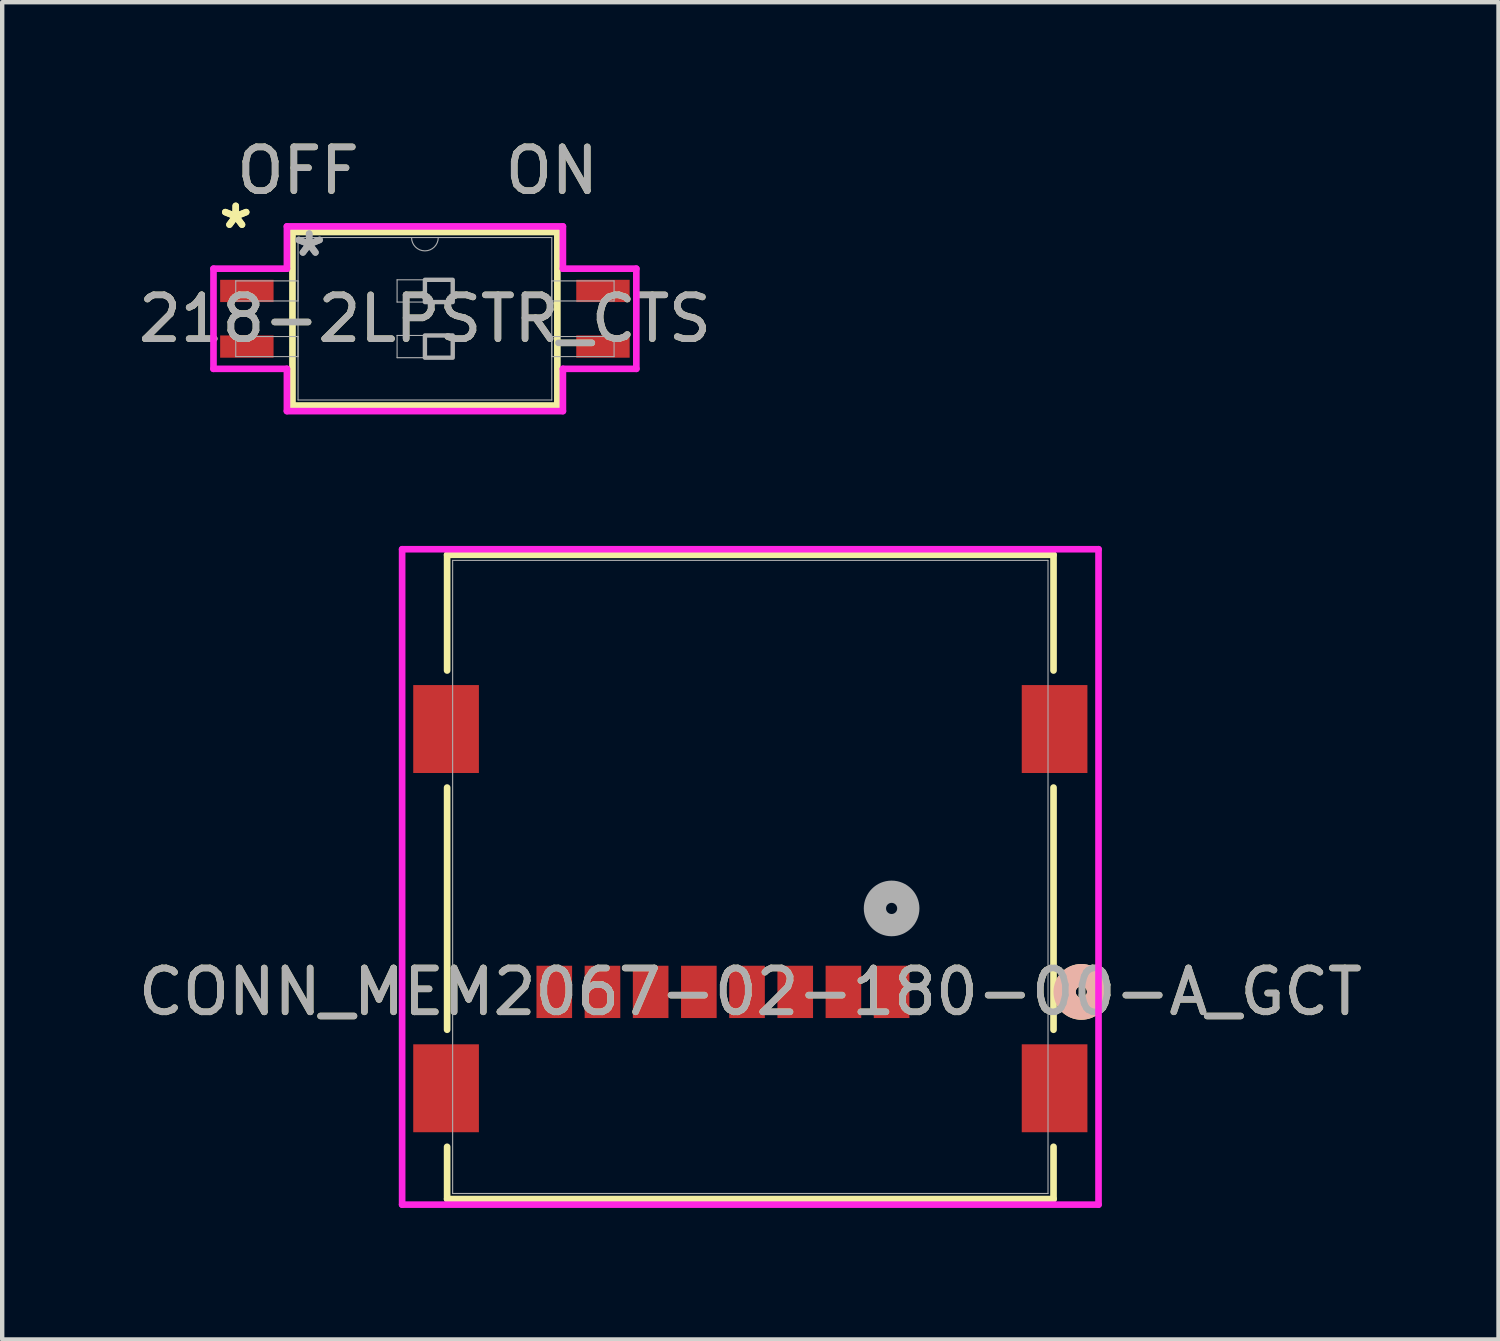
<source format=kicad_pcb>
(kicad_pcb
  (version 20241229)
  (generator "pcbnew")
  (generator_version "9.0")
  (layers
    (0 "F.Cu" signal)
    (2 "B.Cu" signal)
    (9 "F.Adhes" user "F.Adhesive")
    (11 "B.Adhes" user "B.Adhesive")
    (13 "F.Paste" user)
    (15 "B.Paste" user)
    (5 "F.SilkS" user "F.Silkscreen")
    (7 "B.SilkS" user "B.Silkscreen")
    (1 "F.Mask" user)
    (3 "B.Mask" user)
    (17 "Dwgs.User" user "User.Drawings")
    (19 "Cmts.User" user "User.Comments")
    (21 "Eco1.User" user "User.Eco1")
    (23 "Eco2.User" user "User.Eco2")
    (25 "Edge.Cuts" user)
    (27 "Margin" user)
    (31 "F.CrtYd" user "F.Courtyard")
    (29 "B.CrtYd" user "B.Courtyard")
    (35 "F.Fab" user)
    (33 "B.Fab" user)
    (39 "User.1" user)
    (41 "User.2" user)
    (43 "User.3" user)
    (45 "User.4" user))
  (footprint "218-2LPSTR_CTS"
    (layer "F.Cu")
    (at 6.649 4.226)
    (property "Reference" "218-2LPSTR_CTS" (at 0 0 0) (unlocked yes) (layer "F.SilkS") (effects (font (size 1 1) (thickness 0.15))))
    (attr smd)
    (fp_line (start -3.023 -1.981) (end -3.023 1.981) (stroke (width 0.152) (type solid)) (layer "F.SilkS"))
    (fp_line (start -3.023 1.981) (end 3.023 1.981) (stroke (width 0.152) (type solid)) (layer "F.SilkS"))
    (fp_line (start 3.023 -1.981) (end -3.023 -1.981) (stroke (width 0.152) (type solid)) (layer "F.SilkS"))
    (fp_line (start 3.023 1.981) (end 3.023 -1.981) (stroke (width 0.152) (type solid)) (layer "F.SilkS"))
    (fp_line (start -4.826 -1.143) (end -3.15 -1.143) (stroke (width 0.152) (type solid)) (layer "F.CrtYd"))
    (fp_line (start -4.826 1.143) (end -4.826 -1.143) (stroke (width 0.152) (type solid)) (layer "F.CrtYd"))
    (fp_line (start -3.15 -2.108) (end 3.15 -2.108) (stroke (width 0.152) (type solid)) (layer "F.CrtYd"))
    (fp_line (start -3.15 -1.143) (end -3.15 -2.108) (stroke (width 0.152) (type solid)) (layer "F.CrtYd"))
    (fp_line (start -3.15 1.143) (end -4.826 1.143) (stroke (width 0.152) (type solid)) (layer "F.CrtYd"))
    (fp_line (start -3.15 2.108) (end -3.15 1.143) (stroke (width 0.152) (type solid)) (layer "F.CrtYd"))
    (fp_line (start 3.15 -2.108) (end 3.15 -1.143) (stroke (width 0.152) (type solid)) (layer "F.CrtYd"))
    (fp_line (start 3.15 -1.143) (end 4.826 -1.143) (stroke (width 0.152) (type solid)) (layer "F.CrtYd"))
    (fp_line (start 3.15 1.143) (end 3.15 2.108) (stroke (width 0.152) (type solid)) (layer "F.CrtYd"))
    (fp_line (start 3.15 2.108) (end -3.15 2.108) (stroke (width 0.152) (type solid)) (layer "F.CrtYd"))
    (fp_line (start 4.826 -1.143) (end 4.826 1.143) (stroke (width 0.152) (type solid)) (layer "F.CrtYd"))
    (fp_line (start 4.826 1.143) (end 3.15 1.143) (stroke (width 0.152) (type solid)) (layer "F.CrtYd"))
    (fp_line (start -4.318 -0.864) (end -4.318 -0.406) (stroke (width 0.025) (type solid)) (layer "F.Fab"))
    (fp_line (start -4.318 -0.406) (end -2.896 -0.406) (stroke (width 0.025) (type solid)) (layer "F.Fab"))
    (fp_line (start -4.318 0.406) (end -4.318 0.864) (stroke (width 0.025) (type solid)) (layer "F.Fab"))
    (fp_line (start -4.318 0.864) (end -2.896 0.864) (stroke (width 0.025) (type solid)) (layer "F.Fab"))
    (fp_line (start -2.896 -1.854) (end -2.896 1.854) (stroke (width 0.025) (type solid)) (layer "F.Fab"))
    (fp_line (start -2.896 -0.864) (end -4.318 -0.864) (stroke (width 0.025) (type solid)) (layer "F.Fab"))
    (fp_line (start -2.896 -0.406) (end -2.896 -0.864) (stroke (width 0.025) (type solid)) (layer "F.Fab"))
    (fp_line (start -2.896 0.406) (end -4.318 0.406) (stroke (width 0.025) (type solid)) (layer "F.Fab"))
    (fp_line (start -2.896 0.864) (end -2.896 0.406) (stroke (width 0.025) (type solid)) (layer "F.Fab"))
    (fp_line (start -2.896 1.854) (end 2.896 1.854) (stroke (width 0.025) (type solid)) (layer "F.Fab"))
    (fp_line (start -0.635 -0.889) (end 0.635 -0.889) (stroke (width 0.025) (type solid)) (layer "F.Fab"))
    (fp_line (start -0.635 -0.381) (end -0.635 -0.889) (stroke (width 0.025) (type solid)) (layer "F.Fab"))
    (fp_line (start -0.635 0.381) (end 0.635 0.381) (stroke (width 0.025) (type solid)) (layer "F.Fab"))
    (fp_line (start -0.635 0.889) (end -0.635 0.381) (stroke (width 0.025) (type solid)) (layer "F.Fab"))
    (fp_line (start 0.635 -0.889) (end 0.635 -0.381) (stroke (width 0.025) (type solid)) (layer "F.Fab"))
    (fp_line (start 0.635 -0.381) (end -0.635 -0.381) (stroke (width 0.025) (type solid)) (layer "F.Fab"))
    (fp_line (start 0.635 0.381) (end 0.635 0.889) (stroke (width 0.025) (type solid)) (layer "F.Fab"))
    (fp_line (start 0.635 0.889) (end -0.635 0.889) (stroke (width 0.025) (type solid)) (layer "F.Fab"))
    (fp_line (start 2.896 -1.854) (end -2.896 -1.854) (stroke (width 0.025) (type solid)) (layer "F.Fab"))
    (fp_line (start 2.896 -0.864) (end 2.896 -0.406) (stroke (width 0.025) (type solid)) (layer "F.Fab"))
    (fp_line (start 2.896 -0.406) (end 4.318 -0.406) (stroke (width 0.025) (type solid)) (layer "F.Fab"))
    (fp_line (start 2.896 0.406) (end 2.896 0.864) (stroke (width 0.025) (type solid)) (layer "F.Fab"))
    (fp_line (start 2.896 0.864) (end 4.318 0.864) (stroke (width 0.025) (type solid)) (layer "F.Fab"))
    (fp_line (start 2.896 1.854) (end 2.896 -1.854) (stroke (width 0.025) (type solid)) (layer "F.Fab"))
    (fp_line (start 4.318 -0.864) (end 2.896 -0.864) (stroke (width 0.025) (type solid)) (layer "F.Fab"))
    (fp_line (start 4.318 -0.406) (end 4.318 -0.864) (stroke (width 0.025) (type solid)) (layer "F.Fab"))
    (fp_line (start 4.318 0.406) (end 2.896 0.406) (stroke (width 0.025) (type solid)) (layer "F.Fab"))
    (fp_line (start 4.318 0.864) (end 4.318 0.406) (stroke (width 0.025) (type solid)) (layer "F.Fab"))
    (fp_arc (start 0.3048 -1.8542) (mid 0 -1.5494) (end -0.3048 -1.8542) (stroke (width 0.0254) (type solid)) (layer "F.Fab"))
    (fp_poly (pts (xy 0 -0.889) (xy 0.635 -0.889) (xy 0.635 -0.381) (xy 0 -0.381)) (stroke (width 0.1) (type solid)) (fill no) (layer "F.Fab"))
    (fp_poly (pts (xy 0 0.381) (xy 0.635 0.381) (xy 0.635 0.889) (xy 0 0.889)) (stroke (width 0.1) (type solid)) (fill no) (layer "F.Fab"))
    (fp_text user "ON" (at 2.896 -3.378 0) (unlocked yes) (layer "F.SilkS") (effects (font (size 1 1) (thickness 0.15))))
    (fp_text user "OFF" (at -2.896 -3.378 0) (unlocked yes) (layer "F.SilkS") (effects (font (size 1 1) (thickness 0.15))))
    (fp_text user "*" (at -4.318 -2.032 0) (unlocked yes) (layer "F.SilkS") (effects (font (size 1 1) (thickness 0.15))))
    (fp_text user "*" (at -4.318 -2.032 0) (layer "F.SilkS") (effects (font (size 1 1) (thickness 0.15))))
    (fp_text user "OFF" (at -2.896 -3.378 0) (unlocked yes) (layer "F.Fab") (effects (font (size 1 1) (thickness 0.15))))
    (fp_text user "*" (at -2.642 -1.397 0) (layer "F.Fab") (effects (font (size 1 1) (thickness 0.15))))
    (fp_text user "*" (at -2.642 -1.397 0) (unlocked yes) (layer "F.Fab") (effects (font (size 1 1) (thickness 0.15))))
    (fp_text user "ON" (at 2.896 -3.378 0) (unlocked yes) (layer "F.Fab") (effects (font (size 1 1) (thickness 0.15))))
    (fp_text user "${REFERENCE}" (at 0 0 0) (unlocked yes) (layer "F.Fab") (effects (font (size 1 1) (thickness 0.15))))
    (pad "1" smd rect (at -4.064 -0.635) (size 1.219 0.508) (layers "F.Cu" "F.Mask" "F.Paste"))
    (pad "2" smd rect (at -4.064 0.635) (size 1.219 0.508) (layers "F.Cu" "F.Mask" "F.Paste"))
    (pad "3" smd rect (at 4.064 0.635) (size 1.219 0.508) (layers "F.Cu" "F.Mask" "F.Paste"))
    (pad "4" smd rect (at 4.064 -0.635) (size 1.219 0.508) (layers "F.Cu" "F.Mask" "F.Paste")))
  (footprint "CONN_MEM2067-02-180-00-A_GCT"
    (layer "F.Cu")
    (at 14.077 16.967)
    (property "Reference" "CONN_MEM2067-02-180-00-A_GCT" (at 0 2.624 0) (unlocked yes) (layer "F.SilkS") (effects (font (size 1 1) (thickness 0.15))))
    (attr smd)
    (fp_line (start -6.921 -7.353) (end -6.921 -4.712) (stroke (width 0.152) (type solid)) (layer "F.SilkS"))
    (fp_line (start -6.921 -2.04) (end -6.921 3.488) (stroke (width 0.152) (type solid)) (layer "F.SilkS"))
    (fp_line (start -6.921 6.16) (end -6.921 7.353) (stroke (width 0.152) (type solid)) (layer "F.SilkS"))
    (fp_line (start -6.921 7.353) (end 6.921 7.353) (stroke (width 0.152) (type solid)) (layer "F.SilkS"))
    (fp_line (start 6.921 -7.353) (end -6.921 -7.353) (stroke (width 0.152) (type solid)) (layer "F.SilkS"))
    (fp_line (start 6.921 -4.712) (end 6.921 -7.353) (stroke (width 0.152) (type solid)) (layer "F.SilkS"))
    (fp_line (start 6.921 3.488) (end 6.921 -2.04) (stroke (width 0.152) (type solid)) (layer "F.SilkS"))
    (fp_line (start 6.921 7.353) (end 6.921 6.16) (stroke (width 0.152) (type solid)) (layer "F.SilkS"))
    (fp_circle (center 7.556 2.624) (end 7.938 2.624) (stroke (width 0.508) (type solid)) (fill no) (layer "F.SilkS"))
    (fp_circle (center 7.556 2.624) (end 7.938 2.624) (stroke (width 0.508) (type solid)) (fill no) (layer "B.SilkS"))
    (fp_line (start -7.948 -7.48) (end -7.948 7.48) (stroke (width 0.152) (type solid)) (layer "F.CrtYd"))
    (fp_line (start -7.948 7.48) (end 7.948 7.48) (stroke (width 0.152) (type solid)) (layer "F.CrtYd"))
    (fp_line (start 7.948 -7.48) (end -7.948 -7.48) (stroke (width 0.152) (type solid)) (layer "F.CrtYd"))
    (fp_line (start 7.948 7.48) (end 7.948 -7.48) (stroke (width 0.152) (type solid)) (layer "F.CrtYd"))
    (fp_line (start -6.795 -7.226) (end -6.795 7.226) (stroke (width 0.025) (type solid)) (layer "F.Fab"))
    (fp_line (start -6.795 7.226) (end 6.795 7.226) (stroke (width 0.025) (type solid)) (layer "F.Fab"))
    (fp_line (start 6.795 -7.226) (end -6.795 -7.226) (stroke (width 0.025) (type solid)) (layer "F.Fab"))
    (fp_line (start 6.795 7.226) (end 6.795 -7.226) (stroke (width 0.025) (type solid)) (layer "F.Fab"))
    (fp_circle (center 3.225 0.719) (end 3.606 0.719) (stroke (width 0.508) (type solid)) (fill no) (layer "F.Fab"))
    (fp_text user "${REFERENCE}" (at 0 2.624 0) (unlocked yes) (layer "F.Fab") (effects (font (size 1 1) (thickness 0.15))))
    (pad "1" smd rect (at 3.225 2.624) (size 0.813 1.194) (layers "F.Cu" "F.Mask" "F.Paste"))
    (pad "2" smd rect (at 2.125 2.624) (size 0.813 1.194) (layers "F.Cu" "F.Mask" "F.Paste"))
    (pad "3" smd rect (at 1.025 2.624) (size 0.813 1.194) (layers "F.Cu" "F.Mask" "F.Paste"))
    (pad "4" smd rect (at -0.075 2.624) (size 0.813 1.194) (layers "F.Cu" "F.Mask" "F.Paste"))
    (pad "5" smd rect (at -1.175 2.624) (size 0.813 1.194) (layers "F.Cu" "F.Mask" "F.Paste"))
    (pad "6" smd rect (at -2.275 2.624) (size 0.813 1.194) (layers "F.Cu" "F.Mask" "F.Paste"))
    (pad "7" smd rect (at -3.375 2.624) (size 0.813 1.194) (layers "F.Cu" "F.Mask" "F.Paste"))
    (pad "8" smd rect (at -4.475 2.624) (size 0.813 1.194) (layers "F.Cu" "F.Mask" "F.Paste"))
    (pad "9" smd rect (at -6.945 -3.376) (size 1.499 2.007) (layers "F.Cu" "F.Mask" "F.Paste"))
    (pad "10" smd rect (at 6.945 -3.376) (size 1.499 2.007) (layers "F.Cu" "F.Mask" "F.Paste"))
    (pad "11" smd rect (at -6.945 4.824) (size 1.499 2.007) (layers "F.Cu" "F.Mask" "F.Paste"))
    (pad "12" smd rect (at 6.945 4.824) (size 1.499 2.007) (layers "F.Cu" "F.Mask" "F.Paste")))
  (gr_rect
    (start -3 -3)
    (end 31.155 27.524)
    (stroke (width 0.1) (type default))
    (fill no)
    (layer "Edge.Cuts")))
</source>
